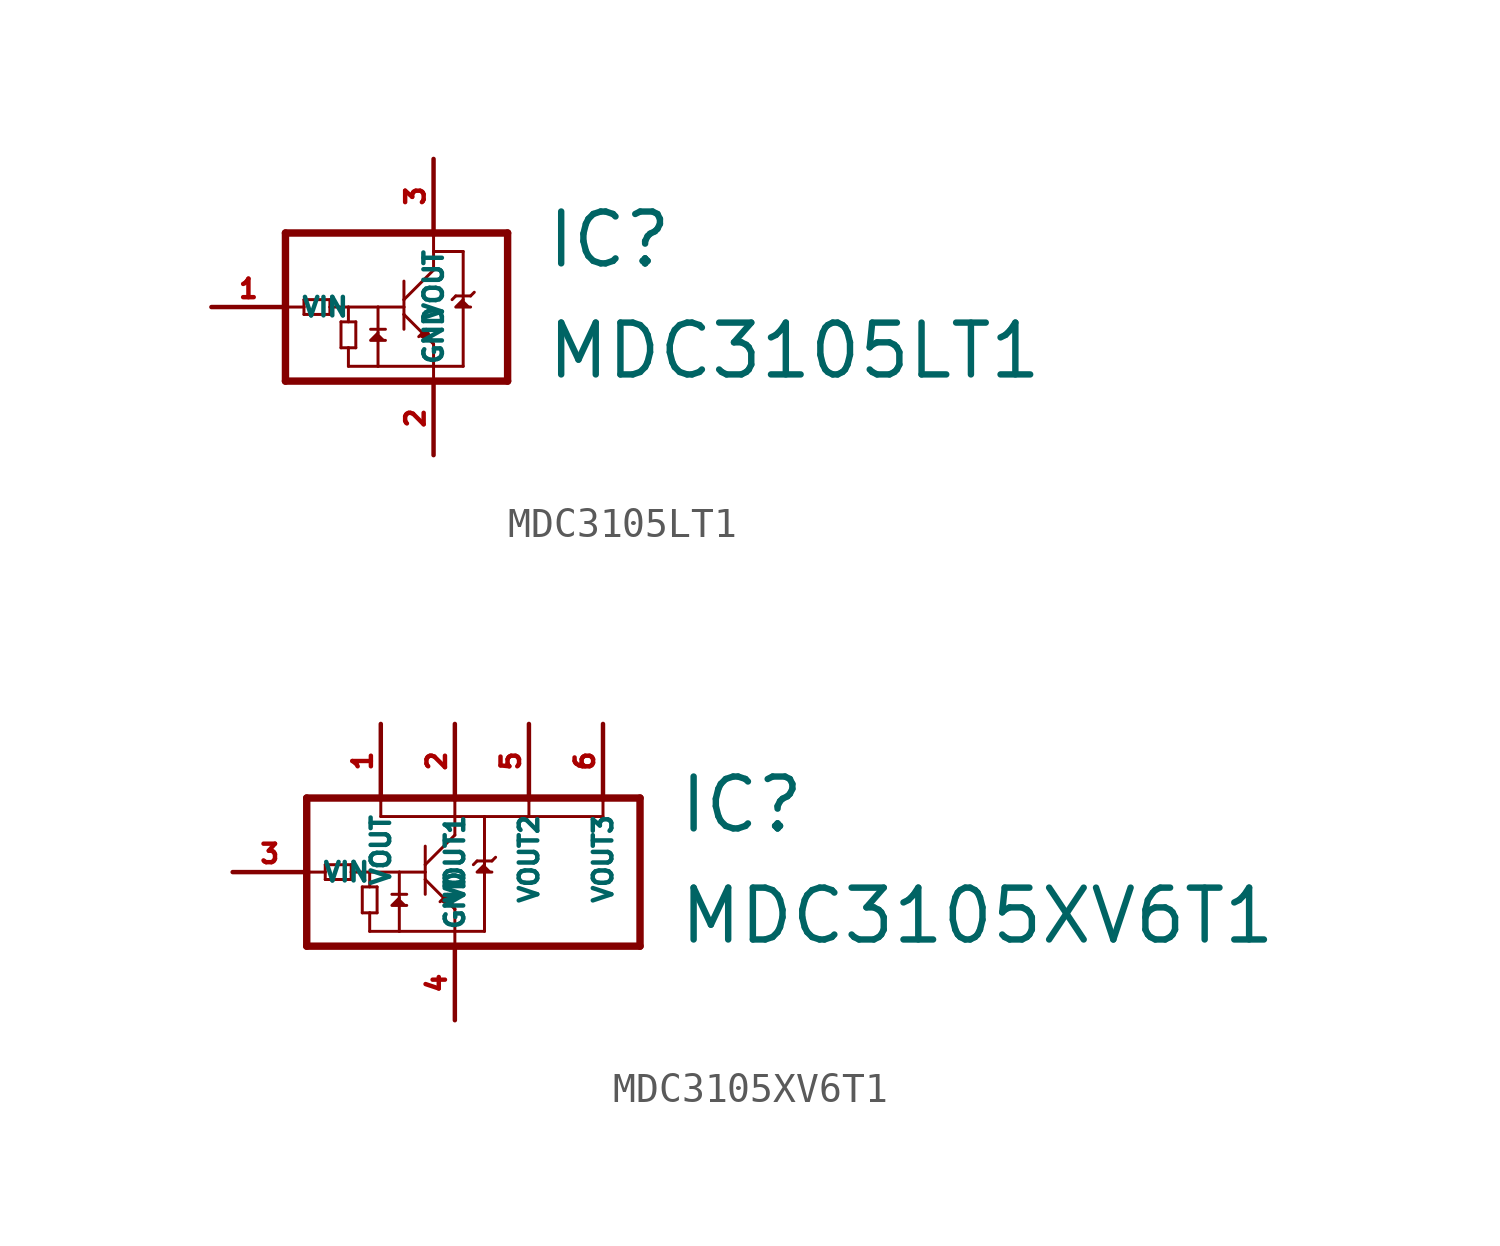
<source format=kicad_sym>
(kicad_symbol_lib
  (version 20220914)
  (generator Eagle2Kicad)
  (symbol "MDC3105LT1"
    (property "Reference" "IC"
      (at 6.35 1.27 0)
      (effects (font (size 1.778 1.778) (thickness 0.22)) (justify left bottom)))
    (property "Value" "MDC3105LT1"
      (at 6.35 -2.54 0)
      (effects (font (size 1.778 1.778) (thickness 0.22)) (justify left bottom)))
    (polyline
      (pts (xy 2.54 -1.27) (xy 2.286 -0.762) (xy 2.032 -1.016))
      (stroke (width 0.102) (type default))
      (fill (type outline)))
    (polyline
      (pts (xy 0.635 -0.889) (xy 0.381 -1.143) (xy 0.889 -1.143))
      (stroke (width 0.102) (type default))
      (fill (type outline)))
    (polyline
      (pts (xy 3.556 0.254) (xy 3.302 0) (xy 3.81 0))
      (stroke (width 0.102) (type default))
      (fill (type outline)))
    (polyline
      (pts (xy -2.54 2.54) (xy 2.54 2.54))
      (stroke (width 0.254) (type default))
      (fill (type none)))
    (polyline
      (pts (xy 2.54 2.54) (xy 5.08 2.54))
      (stroke (width 0.254) (type default))
      (fill (type none)))
    (polyline
      (pts (xy 5.08 2.54) (xy 5.08 -2.54))
      (stroke (width 0.254) (type default))
      (fill (type none)))
    (polyline
      (pts (xy 5.08 -2.54) (xy -2.54 -2.54))
      (stroke (width 0.254) (type default))
      (fill (type none)))
    (polyline
      (pts (xy -2.54 -2.54) (xy -2.54 0))
      (stroke (width 0.254) (type default))
      (fill (type none)))
    (polyline
      (pts (xy -2.54 0) (xy -2.54 2.54))
      (stroke (width 0.254) (type default))
      (fill (type none)))
    (polyline
      (pts (xy -2.54 0) (xy -1.905 0))
      (stroke (width 0.102) (type default))
      (fill (type none)))
    (polyline
      (pts (xy -1.905 0) (xy -1.905 0.254))
      (stroke (width 0.102) (type default))
      (fill (type none)))
    (polyline
      (pts (xy -1.905 0.254) (xy -1.016 0.254))
      (stroke (width 0.102) (type default))
      (fill (type none)))
    (polyline
      (pts (xy -1.016 0.254) (xy -1.016 0))
      (stroke (width 0.102) (type default))
      (fill (type none)))
    (polyline
      (pts (xy -1.016 0) (xy -1.016 -0.254))
      (stroke (width 0.102) (type default))
      (fill (type none)))
    (polyline
      (pts (xy -1.016 -0.254) (xy -1.905 -0.254))
      (stroke (width 0.102) (type default))
      (fill (type none)))
    (polyline
      (pts (xy -1.905 -0.254) (xy -1.905 0))
      (stroke (width 0.102) (type default))
      (fill (type none)))
    (polyline
      (pts (xy -1.016 0) (xy -0.381 0))
      (stroke (width 0.102) (type default))
      (fill (type none)))
    (polyline
      (pts (xy -0.381 0) (xy -0.381 -0.508))
      (stroke (width 0.102) (type default))
      (fill (type none)))
    (polyline
      (pts (xy -0.381 -1.397) (xy -0.635 -1.397))
      (stroke (width 0.102) (type default))
      (fill (type none)))
    (polyline
      (pts (xy -0.635 -1.397) (xy -0.635 -0.508))
      (stroke (width 0.102) (type default))
      (fill (type none)))
    (polyline
      (pts (xy -0.635 -0.508) (xy -0.127 -0.508))
      (stroke (width 0.102) (type default))
      (fill (type none)))
    (polyline
      (pts (xy -0.127 -0.508) (xy -0.127 -1.397))
      (stroke (width 0.102) (type default))
      (fill (type none)))
    (polyline
      (pts (xy -0.127 -1.397) (xy -0.381 -1.397))
      (stroke (width 0.102) (type default))
      (fill (type none)))
    (polyline
      (pts (xy -0.381 -2.032) (xy -0.381 -1.397))
      (stroke (width 0.102) (type default))
      (fill (type none)))
    (polyline
      (pts (xy -0.381 -2.032) (xy 0.635 -2.032))
      (stroke (width 0.102) (type default))
      (fill (type none)))
    (polyline
      (pts (xy 0.635 -2.032) (xy 2.54 -2.032))
      (stroke (width 0.102) (type default))
      (fill (type none)))
    (polyline
      (pts (xy 2.54 -2.032) (xy 2.54 -2.413))
      (stroke (width 0.102) (type default))
      (fill (type none)))
    (polyline
      (pts (xy -0.381 0) (xy 0.635 0))
      (stroke (width 0.102) (type default))
      (fill (type none)))
    (polyline
      (pts (xy 0.635 0) (xy 1.524 0))
      (stroke (width 0.102) (type default))
      (fill (type none)))
    (polyline
      (pts (xy 1.524 0.254) (xy 1.524 0.889))
      (stroke (width 0.102) (type default))
      (fill (type none)))
    (polyline
      (pts (xy 1.524 -0.254) (xy 1.524 -0.762))
      (stroke (width 0.102) (type default))
      (fill (type none)))
    (polyline
      (pts (xy 1.524 0) (xy 1.524 0.254))
      (stroke (width 0.102) (type default))
      (fill (type none)))
    (polyline
      (pts (xy 1.524 0.254) (xy 2.54 1.27))
      (stroke (width 0.102) (type default))
      (fill (type none)))
    (polyline
      (pts (xy 2.54 1.27) (xy 2.54 1.905))
      (stroke (width 0.102) (type default))
      (fill (type none)))
    (polyline
      (pts (xy 2.54 1.905) (xy 2.54 2.54))
      (stroke (width 0.102) (type default))
      (fill (type none)))
    (polyline
      (pts (xy 1.524 0) (xy 1.524 -0.254))
      (stroke (width 0.102) (type default))
      (fill (type none)))
    (polyline
      (pts (xy 1.524 -0.254) (xy 2.54 -1.27))
      (stroke (width 0.102) (type default))
      (fill (type none)))
    (polyline
      (pts (xy 2.54 -1.27) (xy 2.54 -2.032))
      (stroke (width 0.102) (type default))
      (fill (type none)))
    (polyline
      (pts (xy 0.635 0) (xy 0.635 -2.032))
      (stroke (width 0.102) (type default))
      (fill (type none)))
    (polyline
      (pts (xy 0.381 -0.762) (xy 0.889 -0.762))
      (stroke (width 0.102) (type default))
      (fill (type none)))
    (polyline
      (pts (xy 3.302 0.381) (xy 3.175 0.254))
      (stroke (width 0.102) (type default))
      (fill (type none)))
    (polyline
      (pts (xy 3.302 0.381) (xy 3.81 0.381))
      (stroke (width 0.102) (type default))
      (fill (type none)))
    (polyline
      (pts (xy 3.81 0.381) (xy 3.937 0.508))
      (stroke (width 0.102) (type default))
      (fill (type none)))
    (polyline
      (pts (xy 2.54 1.905) (xy 3.556 1.905))
      (stroke (width 0.102) (type default))
      (fill (type none)))
    (polyline
      (pts (xy 3.556 1.905) (xy 3.556 -2.032))
      (stroke (width 0.102) (type default))
      (fill (type none)))
    (polyline
      (pts (xy 3.556 -2.032) (xy 2.54 -2.032))
      (stroke (width 0.102) (type default))
      (fill (type none)))
    (pin passive line
      (at -5.08 0 0)
      (length 2.54)
      (name "VIN" (effects (font (size 0.635 0.635) (thickness 0.08)) (justify left bottom)))
      (number "1" (effects (font (size 0.635 0.635) (thickness 0.08)) (justify left bottom))))
    (pin passive line
      (at 2.54 -5.08 90)
      (length 2.54)
      (name "GND" (effects (font (size 0.635 0.635) (thickness 0.08)) (justify left bottom)))
      (number "2" (effects (font (size 0.635 0.635) (thickness 0.08)) (justify left bottom))))
    (pin passive line
      (at 2.54 5.08 270)
      (length 2.54)
      (name "VOUT" (effects (font (size 0.635 0.635) (thickness 0.08)) (justify left bottom)))
      (number "3" (effects (font (size 0.635 0.635) (thickness 0.08)) (justify left bottom)))))
  (symbol "MDC3105XV6T1"
    (property "Reference" "IC"
      (at 10.16 1.27 0)
      (effects (font (size 1.778 1.778) (thickness 0.22)) (justify left bottom)))
    (property "Value" "MDC3105XV6T1"
      (at 10.16 -2.54 0)
      (effects (font (size 1.778 1.778) (thickness 0.22)) (justify left bottom)))
    (polyline
      (pts (xy 2.54 -1.27) (xy 2.286 -0.762) (xy 2.032 -1.016))
      (stroke (width 0.102) (type default))
      (fill (type outline)))
    (polyline
      (pts (xy 0.635 -0.889) (xy 0.381 -1.143) (xy 0.889 -1.143))
      (stroke (width 0.102) (type default))
      (fill (type outline)))
    (polyline
      (pts (xy 3.556 0.254) (xy 3.302 0) (xy 3.81 0))
      (stroke (width 0.102) (type default))
      (fill (type outline)))
    (polyline
      (pts (xy -2.54 2.54) (xy 0 2.54))
      (stroke (width 0.254) (type default))
      (fill (type none)))
    (polyline
      (pts (xy 0 2.54) (xy 2.54 2.54))
      (stroke (width 0.254) (type default))
      (fill (type none)))
    (polyline
      (pts (xy 2.54 2.54) (xy 5.08 2.54))
      (stroke (width 0.254) (type default))
      (fill (type none)))
    (polyline
      (pts (xy 5.08 2.54) (xy 7.62 2.54))
      (stroke (width 0.254) (type default))
      (fill (type none)))
    (polyline
      (pts (xy 7.62 2.54) (xy 8.89 2.54))
      (stroke (width 0.254) (type default))
      (fill (type none)))
    (polyline
      (pts (xy 8.89 2.54) (xy 8.89 -2.54))
      (stroke (width 0.254) (type default))
      (fill (type none)))
    (polyline
      (pts (xy 8.89 -2.54) (xy -2.54 -2.54))
      (stroke (width 0.254) (type default))
      (fill (type none)))
    (polyline
      (pts (xy -2.54 -2.54) (xy -2.54 0))
      (stroke (width 0.254) (type default))
      (fill (type none)))
    (polyline
      (pts (xy -2.54 0) (xy -2.54 2.54))
      (stroke (width 0.254) (type default))
      (fill (type none)))
    (polyline
      (pts (xy -2.54 0) (xy -1.905 0))
      (stroke (width 0.102) (type default))
      (fill (type none)))
    (polyline
      (pts (xy -1.905 0) (xy -1.905 0.254))
      (stroke (width 0.102) (type default))
      (fill (type none)))
    (polyline
      (pts (xy -1.905 0.254) (xy -1.016 0.254))
      (stroke (width 0.102) (type default))
      (fill (type none)))
    (polyline
      (pts (xy -1.016 0.254) (xy -1.016 0))
      (stroke (width 0.102) (type default))
      (fill (type none)))
    (polyline
      (pts (xy -1.016 0) (xy -1.016 -0.254))
      (stroke (width 0.102) (type default))
      (fill (type none)))
    (polyline
      (pts (xy -1.016 -0.254) (xy -1.905 -0.254))
      (stroke (width 0.102) (type default))
      (fill (type none)))
    (polyline
      (pts (xy -1.905 -0.254) (xy -1.905 0))
      (stroke (width 0.102) (type default))
      (fill (type none)))
    (polyline
      (pts (xy -1.016 0) (xy -0.381 0))
      (stroke (width 0.102) (type default))
      (fill (type none)))
    (polyline
      (pts (xy -0.381 0) (xy -0.381 -0.508))
      (stroke (width 0.102) (type default))
      (fill (type none)))
    (polyline
      (pts (xy -0.381 -1.397) (xy -0.635 -1.397))
      (stroke (width 0.102) (type default))
      (fill (type none)))
    (polyline
      (pts (xy -0.635 -1.397) (xy -0.635 -0.508))
      (stroke (width 0.102) (type default))
      (fill (type none)))
    (polyline
      (pts (xy -0.635 -0.508) (xy -0.127 -0.508))
      (stroke (width 0.102) (type default))
      (fill (type none)))
    (polyline
      (pts (xy -0.127 -0.508) (xy -0.127 -1.397))
      (stroke (width 0.102) (type default))
      (fill (type none)))
    (polyline
      (pts (xy -0.127 -1.397) (xy -0.381 -1.397))
      (stroke (width 0.102) (type default))
      (fill (type none)))
    (polyline
      (pts (xy -0.381 -2.032) (xy -0.381 -1.397))
      (stroke (width 0.102) (type default))
      (fill (type none)))
    (polyline
      (pts (xy -0.381 -2.032) (xy 0.635 -2.032))
      (stroke (width 0.102) (type default))
      (fill (type none)))
    (polyline
      (pts (xy 0.635 -2.032) (xy 2.54 -2.032))
      (stroke (width 0.102) (type default))
      (fill (type none)))
    (polyline
      (pts (xy 2.54 -2.032) (xy 2.54 -2.413))
      (stroke (width 0.102) (type default))
      (fill (type none)))
    (polyline
      (pts (xy -0.381 0) (xy 0.635 0))
      (stroke (width 0.102) (type default))
      (fill (type none)))
    (polyline
      (pts (xy 0.635 0) (xy 1.524 0))
      (stroke (width 0.102) (type default))
      (fill (type none)))
    (polyline
      (pts (xy 1.524 0.254) (xy 1.524 0.889))
      (stroke (width 0.102) (type default))
      (fill (type none)))
    (polyline
      (pts (xy 1.524 -0.254) (xy 1.524 -0.762))
      (stroke (width 0.102) (type default))
      (fill (type none)))
    (polyline
      (pts (xy 1.524 0) (xy 1.524 0.254))
      (stroke (width 0.102) (type default))
      (fill (type none)))
    (polyline
      (pts (xy 1.524 0.254) (xy 2.54 1.27))
      (stroke (width 0.102) (type default))
      (fill (type none)))
    (polyline
      (pts (xy 2.54 1.27) (xy 2.54 1.905))
      (stroke (width 0.102) (type default))
      (fill (type none)))
    (polyline
      (pts (xy 2.54 1.905) (xy 2.54 2.54))
      (stroke (width 0.102) (type default))
      (fill (type none)))
    (polyline
      (pts (xy 1.524 0) (xy 1.524 -0.254))
      (stroke (width 0.102) (type default))
      (fill (type none)))
    (polyline
      (pts (xy 1.524 -0.254) (xy 2.54 -1.27))
      (stroke (width 0.102) (type default))
      (fill (type none)))
    (polyline
      (pts (xy 2.54 -1.27) (xy 2.54 -2.032))
      (stroke (width 0.102) (type default))
      (fill (type none)))
    (polyline
      (pts (xy 0.635 0) (xy 0.635 -2.032))
      (stroke (width 0.102) (type default))
      (fill (type none)))
    (polyline
      (pts (xy 0.381 -0.762) (xy 0.889 -0.762))
      (stroke (width 0.102) (type default))
      (fill (type none)))
    (polyline
      (pts (xy 3.302 0.381) (xy 3.175 0.254))
      (stroke (width 0.102) (type default))
      (fill (type none)))
    (polyline
      (pts (xy 3.302 0.381) (xy 3.81 0.381))
      (stroke (width 0.102) (type default))
      (fill (type none)))
    (polyline
      (pts (xy 3.81 0.381) (xy 3.937 0.508))
      (stroke (width 0.102) (type default))
      (fill (type none)))
    (polyline
      (pts (xy 2.54 1.905) (xy 3.556 1.905))
      (stroke (width 0.102) (type default))
      (fill (type none)))
    (polyline
      (pts (xy 3.556 1.905) (xy 3.556 -2.032))
      (stroke (width 0.102) (type default))
      (fill (type none)))
    (polyline
      (pts (xy 3.556 -2.032) (xy 2.54 -2.032))
      (stroke (width 0.102) (type default))
      (fill (type none)))
    (polyline
      (pts (xy 5.08 1.905) (xy 7.62 1.905))
      (stroke (width 0.102) (type default))
      (fill (type none)))
    (polyline
      (pts (xy 0 1.905) (xy 2.54 1.905))
      (stroke (width 0.102) (type default))
      (fill (type none)))
    (polyline
      (pts (xy 0 1.905) (xy 0 2.54))
      (stroke (width 0.102) (type default))
      (fill (type none)))
    (polyline
      (pts (xy 5.08 1.905) (xy 5.08 2.54))
      (stroke (width 0.102) (type default))
      (fill (type none)))
    (polyline
      (pts (xy 7.62 1.905) (xy 7.62 2.54))
      (stroke (width 0.102) (type default))
      (fill (type none)))
    (polyline
      (pts (xy 3.556 1.905) (xy 5.08 1.905))
      (stroke (width 0.102) (type default))
      (fill (type none)))
    (pin passive line
      (at -5.08 0 0)
      (length 2.54)
      (name "VIN" (effects (font (size 0.635 0.635) (thickness 0.08)) (justify left bottom)))
      (number "3" (effects (font (size 0.635 0.635) (thickness 0.08)) (justify left bottom))))
    (pin passive line
      (at 2.54 -5.08 90)
      (length 2.54)
      (name "GND" (effects (font (size 0.635 0.635) (thickness 0.08)) (justify left bottom)))
      (number "4" (effects (font (size 0.635 0.635) (thickness 0.08)) (justify left bottom))))
    (pin passive line
      (at 0 5.08 270)
      (length 2.54)
      (name "VOUT" (effects (font (size 0.635 0.635) (thickness 0.08)) (justify left bottom)))
      (number "1" (effects (font (size 0.635 0.635) (thickness 0.08)) (justify left bottom))))
    (pin passive line
      (at 2.54 5.08 270)
      (length 2.54)
      (name "VOUT1" (effects (font (size 0.635 0.635) (thickness 0.08)) (justify left bottom)))
      (number "2" (effects (font (size 0.635 0.635) (thickness 0.08)) (justify left bottom))))
    (pin passive line
      (at 5.08 5.08 270)
      (length 2.54)
      (name "VOUT2" (effects (font (size 0.635 0.635) (thickness 0.08)) (justify left bottom)))
      (number "5" (effects (font (size 0.635 0.635) (thickness 0.08)) (justify left bottom))))
    (pin passive line
      (at 7.62 5.08 270)
      (length 2.54)
      (name "VOUT3" (effects (font (size 0.635 0.635) (thickness 0.08)) (justify left bottom)))
      (number "6" (effects (font (size 0.635 0.635) (thickness 0.08)) (justify left bottom))))))
</source>
